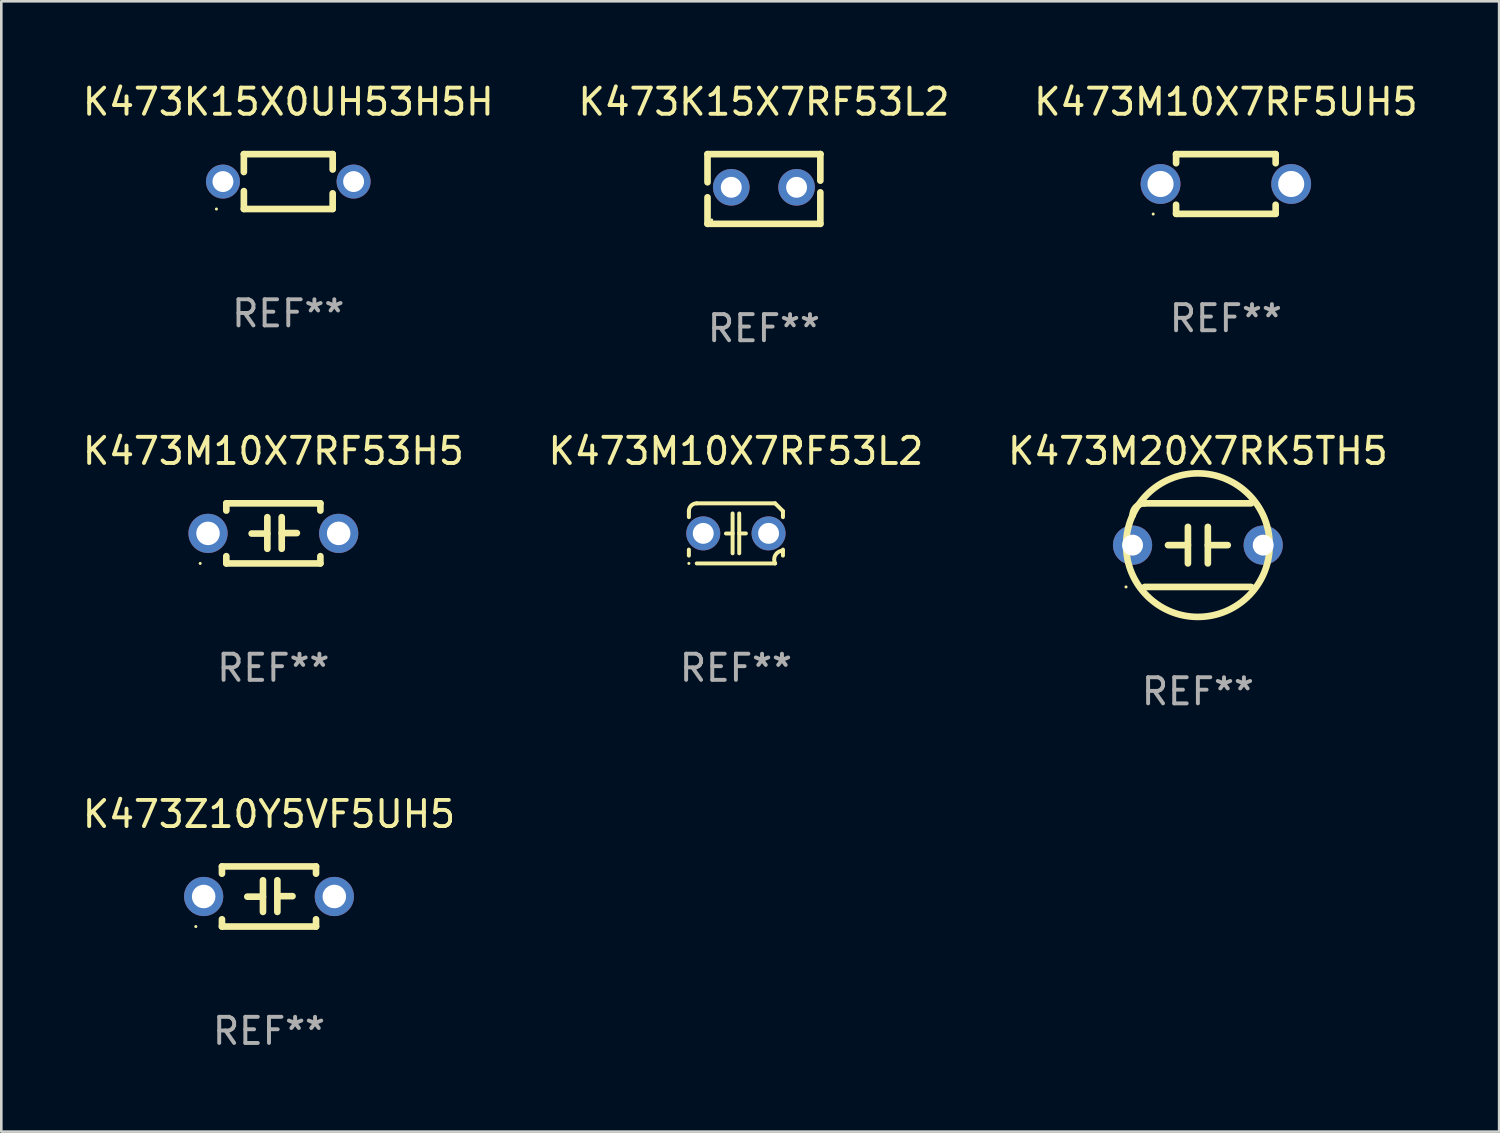
<source format=kicad_pcb>
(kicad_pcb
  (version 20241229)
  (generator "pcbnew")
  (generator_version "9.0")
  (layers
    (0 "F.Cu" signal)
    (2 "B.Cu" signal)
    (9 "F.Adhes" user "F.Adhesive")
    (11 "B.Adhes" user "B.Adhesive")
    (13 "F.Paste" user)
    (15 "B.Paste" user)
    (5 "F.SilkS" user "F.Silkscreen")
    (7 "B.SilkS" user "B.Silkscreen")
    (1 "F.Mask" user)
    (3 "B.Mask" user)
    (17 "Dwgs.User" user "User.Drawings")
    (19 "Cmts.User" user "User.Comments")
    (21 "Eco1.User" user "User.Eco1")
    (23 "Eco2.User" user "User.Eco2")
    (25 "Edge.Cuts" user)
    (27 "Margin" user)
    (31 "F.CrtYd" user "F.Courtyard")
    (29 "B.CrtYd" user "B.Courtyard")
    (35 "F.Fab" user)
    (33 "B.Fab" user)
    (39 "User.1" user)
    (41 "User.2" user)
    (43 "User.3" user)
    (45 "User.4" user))
  (footprint "K473M10X7RF53H5"
    (layer "F.Cu")
    (at 7.411 17.362)
    (property "Reference" "K473M10X7RF53H5" (at 0 -3.15 0) (layer "F.SilkS") (effects (font (size 1 1) (thickness 0.15))))
    (attr through_hole)
    (fp_line (start -1.8 -1.15) (end -1.8 -0.872) (stroke (width 0.254) (type solid)) (layer "F.SilkS"))
    (fp_line (start -1.8 -1.15) (end 1.8 -1.15) (stroke (width 0.254) (type solid)) (layer "F.SilkS"))
    (fp_line (start -1.8 0.872) (end -1.8 1.15) (stroke (width 0.254) (type solid)) (layer "F.SilkS"))
    (fp_line (start -1.8 1.15) (end 1.8 1.15) (stroke (width 0.254) (type solid)) (layer "F.SilkS"))
    (fp_line (start -0.23 -0.62) (end -0.23 0.59) (stroke (width 0.254) (type solid)) (layer "F.SilkS"))
    (fp_line (start -0.23 0.007) (end -0.83 0.007) (stroke (width 0.254) (type solid)) (layer "F.SilkS"))
    (fp_line (start 0.32 -0.62) (end 0.32 0.59) (stroke (width 0.254) (type solid)) (layer "F.SilkS"))
    (fp_line (start 0.32 -0.012) (end 0.9 -0.012) (stroke (width 0.254) (type solid)) (layer "F.SilkS"))
    (fp_line (start 1.8 -1.15) (end 1.8 -0.872) (stroke (width 0.254) (type solid)) (layer "F.SilkS"))
    (fp_line (start 1.8 0.872) (end 1.8 1.15) (stroke (width 0.254) (type solid)) (layer "F.SilkS"))
    (fp_circle (center -2.8 1.15) (end -2.77 1.15) (stroke (width 0.06) (type solid)) (fill no) (layer "F.SilkS"))
    (fp_text user "REF**" (at 0 5.15 0) (layer "F.Fab") (effects (font (size 1 1) (thickness 0.15))))
    (pad "1" thru_hole circle (at -2.5 0) (size 1.5 1.5) (drill 0.9) (layers "*.Cu" "*.Mask"))
    (pad "2" thru_hole circle (at 2.5 0) (size 1.5 1.5) (drill 0.9) (layers "*.Cu" "*.Mask")))
  (footprint "K473M10X7RF53L2"
    (layer "F.Cu")
    (at 25.113 17.362)
    (property "Reference" "K473M10X7RF53L2" (at 0 -3.15 0) (layer "F.SilkS") (effects (font (size 1 1) (thickness 0.15))))
    (attr through_hole)
    (fp_line (start -1.8 -0.621) (end -1.8 -0.85) (stroke (width 0.152) (type solid)) (layer "F.SilkS"))
    (fp_line (start -1.8 0.85) (end -1.8 0.621) (stroke (width 0.152) (type solid)) (layer "F.SilkS"))
    (fp_line (start -1.5 -1.15) (end 1.5 -1.15) (stroke (width 0.152) (type solid)) (layer "F.SilkS"))
    (fp_line (start -0.127 -0.762) (end -0.127 0.762) (stroke (width 0.152) (type solid)) (layer "F.SilkS"))
    (fp_line (start -0.127 0.005) (end -0.381 0.005) (stroke (width 0.152) (type solid)) (layer "F.SilkS"))
    (fp_line (start 0.127 -0.762) (end 0.127 0.762) (stroke (width 0.152) (type solid)) (layer "F.SilkS"))
    (fp_line (start 0.127 0.002) (end 0.381 0.002) (stroke (width 0.152) (type solid)) (layer "F.SilkS"))
    (fp_line (start 1.5 1.15) (end -1.5 1.15) (stroke (width 0.152) (type solid)) (layer "F.SilkS"))
    (fp_line (start 1.8 -0.85) (end 1.8 -0.621) (stroke (width 0.152) (type solid)) (layer "F.SilkS"))
    (fp_line (start 1.8 0.621) (end 1.8 0.85) (stroke (width 0.152) (type solid)) (layer "F.SilkS"))
    (fp_arc (start -1.799975 -0.849987) (mid -1.712107 -1.062119) (end -1.499975 -1.149987) (stroke (width 0.151994) (type solid)) (layer "F.SilkS"))
    (fp_arc (start 1.499975 1.149987) (mid 1.513726 0.822359) (end 1.799975 0.662387) (stroke (width 0.151994) (type solid)) (layer "F.SilkS"))
    (fp_arc (start 1.500001 -1.149986) (mid 1.650015 -1.000001) (end 1.8 -0.849987) (stroke (width 0.151994) (type solid)) (layer "F.SilkS"))
    (fp_circle (center -1.8 1.15) (end -1.77 1.15) (stroke (width 0.06) (type solid)) (fill no) (layer "F.SilkS"))
    (fp_text user "REF**" (at 0 5.15 0) (layer "F.Fab") (effects (font (size 1 1) (thickness 0.15))))
    (pad "1" thru_hole circle (at -1.25 0) (size 1.3 1.3) (drill 0.8) (layers "*.Cu" "*.Mask"))
    (pad "2" thru_hole circle (at 1.25 0) (size 1.3 1.3) (drill 0.8) (layers "*.Cu" "*.Mask")))
  (footprint "K473K15X7RF53L2"
    (layer "F.Cu")
    (at 26.185 4.182)
    (property "Reference" "K473K15X7RF53L2" (at 0 -3.334 0) (layer "F.SilkS") (effects (font (size 1 1) (thickness 0.15))))
    (attr through_hole)
    (fp_line (start -2.159 -1.334) (end 2.159 -1.334) (stroke (width 0.254) (type solid)) (layer "F.SilkS"))
    (fp_line (start -2.159 -0.256) (end -2.159 -1.334) (stroke (width 0.254) (type solid)) (layer "F.SilkS"))
    (fp_line (start -2.159 1.334) (end -2.159 0.318) (stroke (width 0.254) (type solid)) (layer "F.SilkS"))
    (fp_line (start 2.159 -1.334) (end 2.159 -1.334) (stroke (width 0.254) (type solid)) (layer "F.SilkS"))
    (fp_line (start 2.159 -1.334) (end 2.159 -0.318) (stroke (width 0.254) (type solid)) (layer "F.SilkS"))
    (fp_line (start 2.159 0.129) (end 2.159 1.334) (stroke (width 0.254) (type solid)) (layer "F.SilkS"))
    (fp_line (start 2.159 1.334) (end -2.159 1.334) (stroke (width 0.254) (type solid)) (layer "F.SilkS"))
    (fp_circle (center -2 1.186) (end -1.97 1.186) (stroke (width 0.06) (type solid)) (fill no) (layer "F.SilkS"))
    (fp_text user "REF**" (at 0 5.334 0) (layer "F.Fab") (effects (font (size 1 1) (thickness 0.15))))
    (pad "1" thru_hole circle (at -1.25 -0.064) (size 1.4 1.4) (drill 0.8) (layers "*.Cu" "*.Mask"))
    (pad "2" thru_hole circle (at 1.25 -0.064) (size 1.4 1.4) (drill 0.8) (layers "*.Cu" "*.Mask")))
  (footprint "K473M10X7RF5UH5"
    (layer "F.Cu")
    (at 43.863 3.991)
    (property "Reference" "K473M10X7RF5UH5" (at 0 -3.143 0) (layer "F.SilkS") (effects (font (size 1 1) (thickness 0.15))))
    (attr through_hole)
    (fp_line (start -1.905 -1.143) (end 1.905 -1.143) (stroke (width 0.254) (type solid)) (layer "F.SilkS"))
    (fp_line (start -1.905 -0.795) (end -1.905 -1.143) (stroke (width 0.254) (type solid)) (layer "F.SilkS"))
    (fp_line (start -1.905 1.143) (end -1.905 0.795) (stroke (width 0.254) (type solid)) (layer "F.SilkS"))
    (fp_line (start 1.905 -1.143) (end 1.905 -0.795) (stroke (width 0.254) (type solid)) (layer "F.SilkS"))
    (fp_line (start 1.905 0.795) (end 1.905 1.143) (stroke (width 0.254) (type solid)) (layer "F.SilkS"))
    (fp_line (start 1.905 1.143) (end -1.905 1.143) (stroke (width 0.254) (type solid)) (layer "F.SilkS"))
    (fp_circle (center -2.781 1.15) (end -2.751 1.15) (stroke (width 0.06) (type solid)) (fill no) (layer "F.SilkS"))
    (fp_text user "REF**" (at 0 5.143 0) (layer "F.Fab") (effects (font (size 1 1) (thickness 0.15))))
    (pad "1" thru_hole circle (at -2.5 0) (size 1.524 1.524) (drill 1) (layers "*.Cu" "*.Mask"))
    (pad "2" thru_hole circle (at 2.5 0) (size 1.524 1.524) (drill 1) (layers "*.Cu" "*.Mask")))
  (footprint "K473M20X7RK5TH5"
    (layer "F.Cu")
    (at 42.792 17.812)
    (property "Reference" "K473M20X7RK5TH5" (at 0 -3.6 0) (layer "F.SilkS") (effects (font (size 1 1) (thickness 0.15))))
    (attr through_hole)
    (fp_line (start -2.038 1.6) (end 2.038 1.6) (stroke (width 0.254) (type solid)) (layer "F.SilkS"))
    (fp_line (start -1.143 0) (end -0.381 0) (stroke (width 0.254) (type solid)) (layer "F.SilkS"))
    (fp_line (start -0.381 -0.699) (end -0.381 0.699) (stroke (width 0.254) (type solid)) (layer "F.SilkS"))
    (fp_line (start 0.381 -0.699) (end 0.381 0.699) (stroke (width 0.254) (type solid)) (layer "F.SilkS"))
    (fp_line (start 1.143 0) (end 0.381 0) (stroke (width 0.254) (type solid)) (layer "F.SilkS"))
    (fp_line (start 2.038 -1.6) (end -2.038 -1.6) (stroke (width 0.254) (type solid)) (layer "F.SilkS"))
    (fp_arc (start -2.500127 -1.137744) (mid -2.364728 -1.464626) (end -2.037846 -1.600025) (stroke (width 0.254001) (type solid)) (layer "F.SilkS"))
    (fp_arc (start -2.500127 1.137719) (mid 2.500149 -1.137741) (end -2.500127 1.137719) (stroke (width 0.254001) (type solid)) (layer "F.SilkS"))
    (fp_circle (center -2.75 1.6) (end -2.72 1.6) (stroke (width 0.06) (type solid)) (fill no) (layer "F.SilkS"))
    (fp_text user "REF**" (at 0 5.6 0) (layer "F.Fab") (effects (font (size 1 1) (thickness 0.15))))
    (pad "1" thru_hole circle (at -2.5 0) (size 1.5 1.5) (drill 0.8) (layers "*.Cu" "*.Mask"))
    (pad "2" thru_hole circle (at 2.5 0) (size 1.5 1.5) (drill 0.8) (layers "*.Cu" "*.Mask")))
  (footprint "K473Z10Y5VF5UH5"
    (layer "F.Cu")
    (at 7.244 31.258)
    (property "Reference" "K473Z10Y5VF5UH5" (at 0 -3.15 0) (layer "F.SilkS") (effects (font (size 1 1) (thickness 0.15))))
    (attr through_hole)
    (fp_line (start -1.8 -1.15) (end -1.8 -0.872) (stroke (width 0.254) (type solid)) (layer "F.SilkS"))
    (fp_line (start -1.8 -1.15) (end 1.8 -1.15) (stroke (width 0.254) (type solid)) (layer "F.SilkS"))
    (fp_line (start -1.8 0.872) (end -1.8 1.15) (stroke (width 0.254) (type solid)) (layer "F.SilkS"))
    (fp_line (start -1.8 1.15) (end 1.8 1.15) (stroke (width 0.254) (type solid)) (layer "F.SilkS"))
    (fp_line (start -0.23 -0.62) (end -0.23 0.59) (stroke (width 0.254) (type solid)) (layer "F.SilkS"))
    (fp_line (start -0.23 0.007) (end -0.83 0.007) (stroke (width 0.254) (type solid)) (layer "F.SilkS"))
    (fp_line (start 0.32 -0.62) (end 0.32 0.59) (stroke (width 0.254) (type solid)) (layer "F.SilkS"))
    (fp_line (start 0.32 -0.012) (end 0.9 -0.012) (stroke (width 0.254) (type solid)) (layer "F.SilkS"))
    (fp_line (start 1.8 -1.15) (end 1.8 -0.872) (stroke (width 0.254) (type solid)) (layer "F.SilkS"))
    (fp_line (start 1.8 0.872) (end 1.8 1.15) (stroke (width 0.254) (type solid)) (layer "F.SilkS"))
    (fp_circle (center -2.8 1.15) (end -2.77 1.15) (stroke (width 0.06) (type solid)) (fill no) (layer "F.SilkS"))
    (fp_text user "REF**" (at 0 5.15 0) (layer "F.Fab") (effects (font (size 1 1) (thickness 0.15))))
    (pad "1" thru_hole circle (at -2.5 0) (size 1.5 1.5) (drill 0.9) (layers "*.Cu" "*.Mask"))
    (pad "2" thru_hole circle (at 2.5 0) (size 1.5 1.5) (drill 0.9) (layers "*.Cu" "*.Mask")))
  (footprint "K473K15X0UH53H5H"
    (layer "F.Cu")
    (at 7.982 3.898)
    (property "Reference" "K473K15X0UH53H5H" (at 0 -3.05 0) (layer "F.SilkS") (effects (font (size 1 1) (thickness 0.15))))
    (attr through_hole)
    (fp_line (start -1.7 -1.05) (end 1.7 -1.05) (stroke (width 0.254) (type solid)) (layer "F.SilkS"))
    (fp_line (start -1.7 -0.365) (end -1.7 -1.05) (stroke (width 0.254) (type solid)) (layer "F.SilkS"))
    (fp_line (start -1.699 1.05) (end -1.699 0.366) (stroke (width 0.254) (type solid)) (layer "F.SilkS"))
    (fp_line (start 1.699 0.45) (end 1.699 1.05) (stroke (width 0.254) (type solid)) (layer "F.SilkS"))
    (fp_line (start 1.699 1.05) (end -1.699 1.05) (stroke (width 0.254) (type solid)) (layer "F.SilkS"))
    (fp_line (start 1.7 -1.05) (end 1.7 -0.46) (stroke (width 0.254) (type solid)) (layer "F.SilkS"))
    (fp_circle (center -2.75 1.051) (end -2.72 1.051) (stroke (width 0.06) (type solid)) (fill no) (layer "F.SilkS"))
    (fp_text user "REF**" (at 0 5.05 0) (layer "F.Fab") (effects (font (size 1 1) (thickness 0.15))))
    (pad "1" thru_hole circle (at -2.5 0.000483) (size 1.3 1.3) (drill 0.8) (layers "*.Cu" "*.Mask"))
    (pad "2" thru_hole circle (at 2.5 0.000483) (size 1.3 1.3) (drill 0.8) (layers "*.Cu" "*.Mask")))
  (gr_rect
    (start -3 -3)
    (end 54.321 40.257)
    (stroke (width 0.1) (type default))
    (fill no)
    (layer "Edge.Cuts")))
</source>
